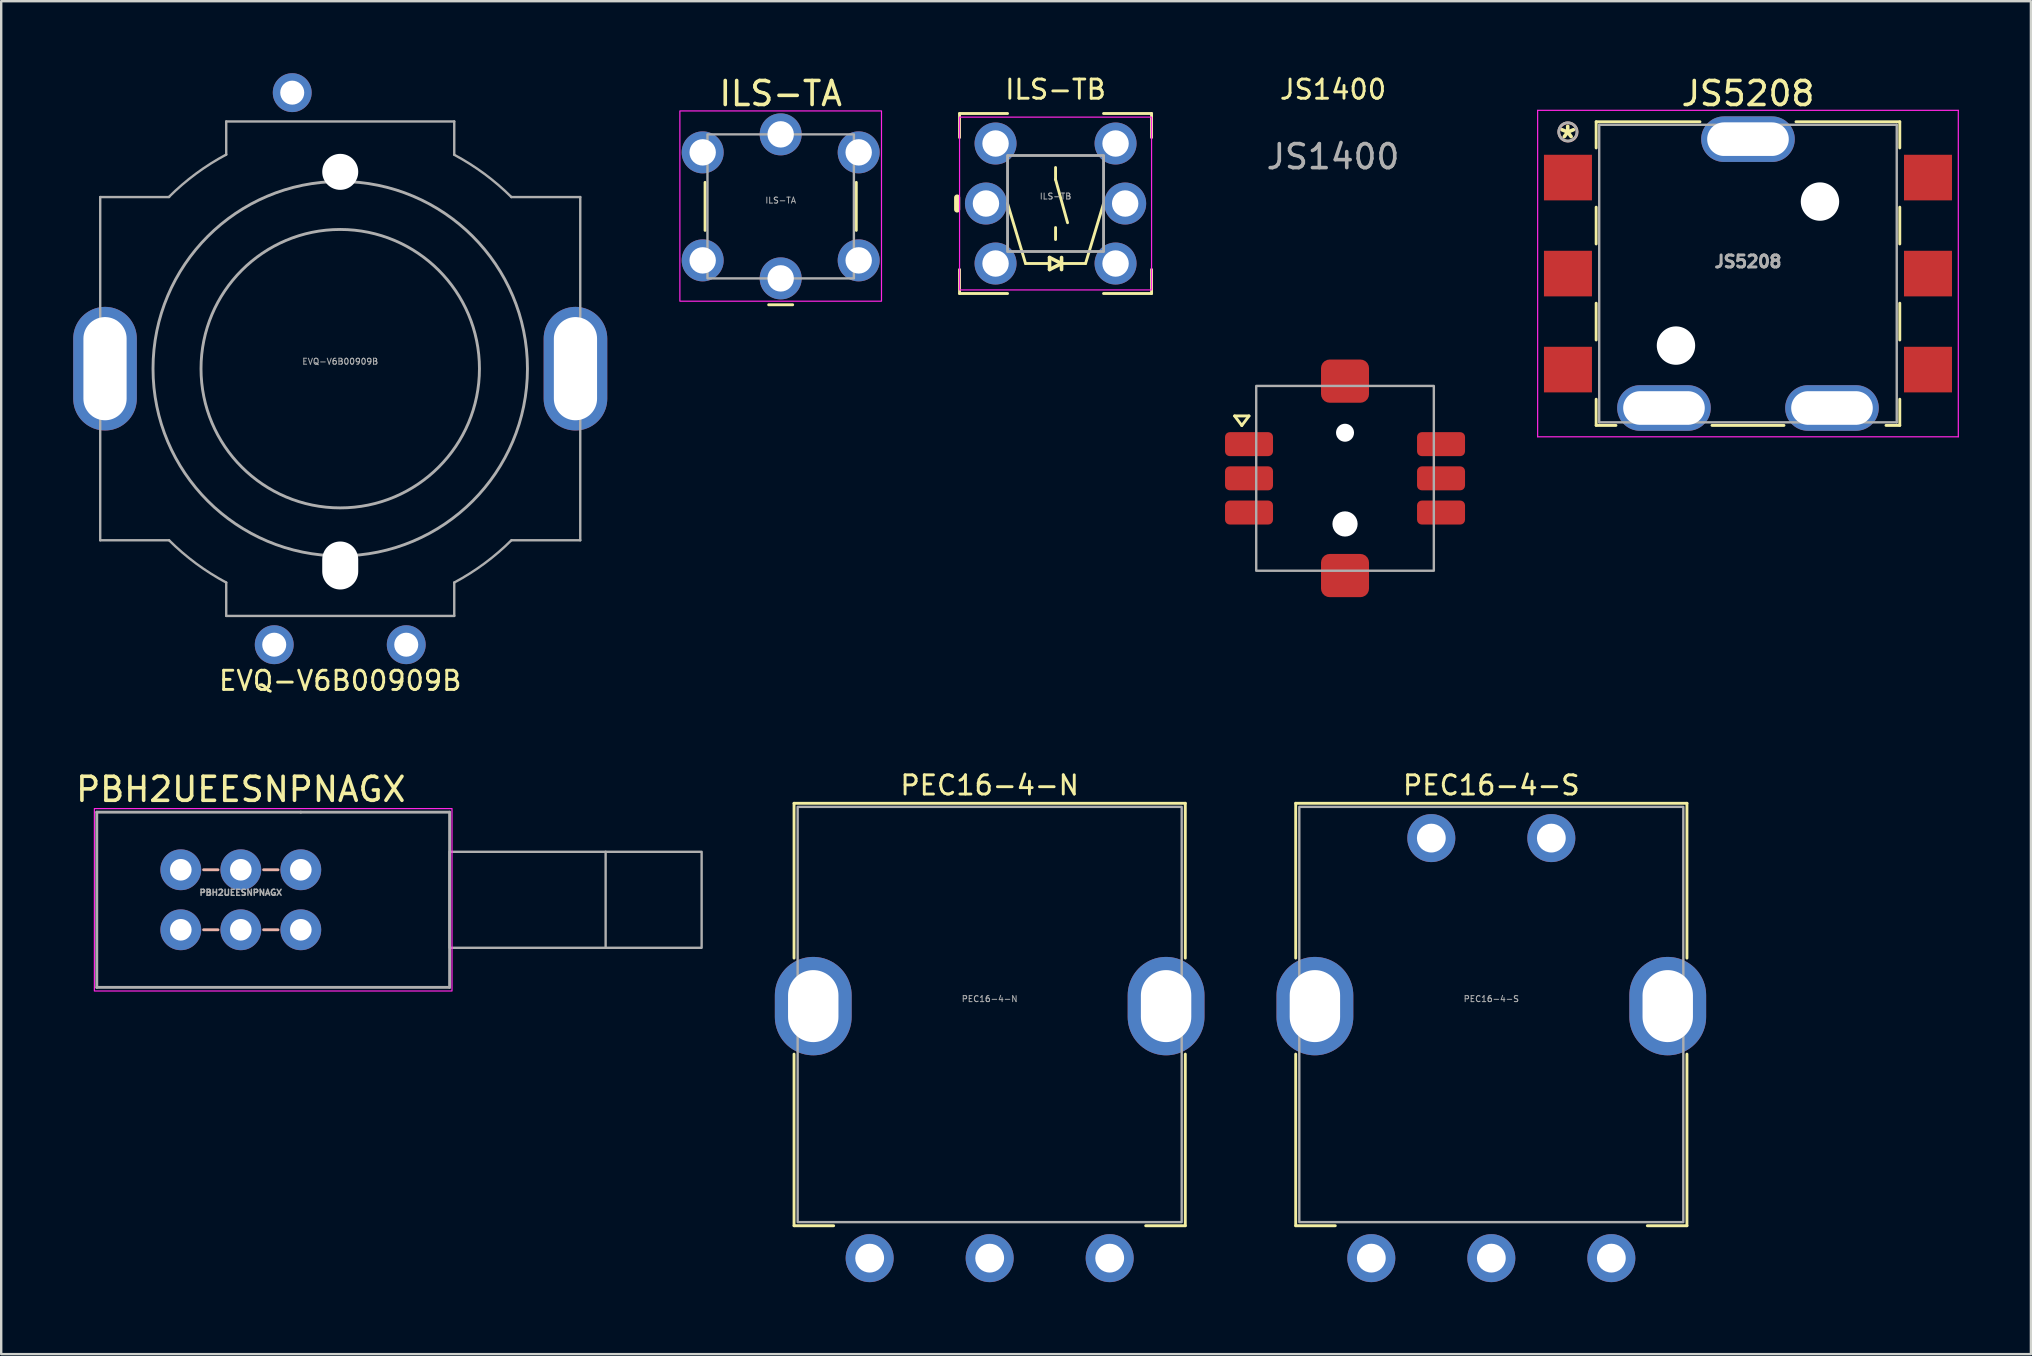
<source format=kicad_pcb>
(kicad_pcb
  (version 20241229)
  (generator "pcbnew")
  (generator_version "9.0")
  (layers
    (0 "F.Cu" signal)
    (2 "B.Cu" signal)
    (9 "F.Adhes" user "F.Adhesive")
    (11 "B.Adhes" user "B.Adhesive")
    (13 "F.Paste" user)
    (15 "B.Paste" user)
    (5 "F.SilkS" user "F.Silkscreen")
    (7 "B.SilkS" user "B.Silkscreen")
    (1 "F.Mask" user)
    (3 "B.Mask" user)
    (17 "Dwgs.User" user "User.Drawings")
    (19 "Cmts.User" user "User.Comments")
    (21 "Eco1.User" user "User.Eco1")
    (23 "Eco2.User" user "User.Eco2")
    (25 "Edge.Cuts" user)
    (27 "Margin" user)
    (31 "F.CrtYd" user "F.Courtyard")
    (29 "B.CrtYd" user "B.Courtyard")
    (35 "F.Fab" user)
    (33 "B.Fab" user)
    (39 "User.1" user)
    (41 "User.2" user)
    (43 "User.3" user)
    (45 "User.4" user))
  (footprint "PEC16-4-N"
    (layer "F.Cu")
    (at 38.182 38.867)
    (property "Reference" "PEC16-4-N" (at 0 -9.2 0) (unlocked yes) (layer "F.SilkS") (effects (font (size 0.8 0.8) (thickness 0.12))))
    (attr through_hole)
    (fp_line (start -8.15 -8.45) (end 8.15 -8.45) (stroke (width 0.12) (type default)) (layer "F.SilkS"))
    (fp_line (start -8.15 -2) (end -8.15 -8.45) (stroke (width 0.12) (type default)) (layer "F.SilkS"))
    (fp_line (start -8.15 2) (end -8.15 9.15) (stroke (width 0.12) (type default)) (layer "F.SilkS"))
    (fp_line (start -8.15 9.15) (end -6.5 9.15) (stroke (width 0.12) (type default)) (layer "F.SilkS"))
    (fp_line (start 8.15 -2) (end 8.15 -8.45) (stroke (width 0.12) (type default)) (layer "F.SilkS"))
    (fp_line (start 8.15 2) (end 8.15 9.15) (stroke (width 0.12) (type default)) (layer "F.SilkS"))
    (fp_line (start 8.15 9.15) (end 6.5 9.15) (stroke (width 0.12) (type default)) (layer "F.SilkS"))
    (fp_rect (start -8 -8.3) (end 8 9) (stroke (width 0.1) (type default)) (fill no) (layer "F.Fab"))
    (fp_text user "${REFERENCE}" (at 0 -0.3 0) (unlocked yes) (layer "F.Fab") (effects (font (size 0.25 0.25) (thickness 0.04))))
    (pad "A" thru_hole circle (at -5 10.5) (size 2 2) (drill 1.2) (layers "*.Cu" "*.Mask"))
    (pad "B" thru_hole circle (at 0 10.5) (size 2 2) (drill 1.2) (layers "*.Cu" "*.Mask"))
    (pad "C" thru_hole circle (at 5 10.5) (size 2 2) (drill 1.2) (layers "*.Cu" "*.Mask"))
    (pad "MP" thru_hole oval (at -7.35 0) (size 3.2 4.1) (drill oval 2.1 3) (layers "*.Cu" "*.Mask"))
    (pad "MP" thru_hole oval (at 7.35 0) (size 3.2 4.1) (drill oval 2.1 3) (layers "*.Cu" "*.Mask")))
  (footprint "PBH2UEESNPNAGX"
    (layer "F.Cu")
    (at 6.982 34.437)
    (property "Reference" "PBH2UEESNPNAGX" (at 0 -4.6 0) (unlocked yes) (layer "F.SilkS") (effects (font (size 1 1) (thickness 0.15))))
    (attr through_hole)
    (fp_line (start -1.55 -1.25) (end -0.95 -1.25) (stroke (width 0.12) (type solid)) (layer "B.SilkS"))
    (fp_line (start -1.55 1.25) (end -0.95 1.25) (stroke (width 0.12) (type solid)) (layer "B.SilkS"))
    (fp_line (start 0.95 -1.25) (end 1.55 -1.25) (stroke (width 0.12) (type solid)) (layer "B.SilkS"))
    (fp_line (start 0.95 1.25) (end 1.55 1.25) (stroke (width 0.12) (type solid)) (layer "B.SilkS"))
    (fp_rect (start -6.1 -3.8) (end 8.8 3.8) (stroke (width 0.05) (type solid)) (fill no) (layer "F.CrtYd"))
    (fp_line (start -6 -3.65) (end 2.5 -3.65) (stroke (width 0.12) (type solid)) (layer "F.Fab"))
    (fp_line (start -6 3.65) (end -6 -3.65) (stroke (width 0.12) (type solid)) (layer "F.Fab"))
    (fp_line (start 2.5 -3.65) (end 8.7 -3.65) (stroke (width 0.12) (type solid)) (layer "F.Fab"))
    (fp_line (start 8.7 -3.65) (end 8.7 3.65) (stroke (width 0.12) (type solid)) (layer "F.Fab"))
    (fp_line (start 8.7 3.65) (end -6 3.65) (stroke (width 0.12) (type solid)) (layer "F.Fab"))
    (fp_line (start 15.2 -2) (end 15.2 2) (stroke (width 0.1) (type solid)) (layer "F.Fab"))
    (fp_rect (start 8.7 -2) (end 19.2 2) (stroke (width 0.1) (type solid)) (fill no) (layer "F.Fab"))
    (fp_text user "${REFERENCE}" (at 0 -0.3 0) (unlocked yes) (layer "F.Fab") (effects (font (size 0.25 0.25) (thickness 0.062))))
    (pad "1" thru_hole circle (at -2.5 -1.25) (size 1.7 1.7) (drill 0.9) (layers "*.Cu" "*.Mask"))
    (pad "2" thru_hole circle (at 0 -1.25) (size 1.7 1.7) (drill 0.9) (layers "*.Cu" "*.Mask"))
    (pad "3" thru_hole circle (at 2.5 -1.25) (size 1.7 1.7) (drill 0.9) (layers "*.Cu" "*.Mask"))
    (pad "4" thru_hole circle (at -2.5 1.25) (size 1.7 1.7) (drill 0.9) (layers "*.Cu" "*.Mask"))
    (pad "5" thru_hole circle (at 0 1.25) (size 1.7 1.7) (drill 0.9) (layers "*.Cu" "*.Mask"))
    (pad "6" thru_hole circle (at 2.5 1.25) (size 1.7 1.7) (drill 0.9) (layers "*.Cu" "*.Mask")))
  (footprint "ILS-TA"
    (layer "F.Cu")
    (at 29.475 5.548)
    (property "Reference" "ILS-TA" (at 0 -4.7 0) (unlocked yes) (layer "F.SilkS") (effects (font (size 1 1) (thickness 0.15))))
    (attr through_hole)
    (fp_line (start -3.15 -1) (end -3.15 1) (stroke (width 0.12) (type default)) (layer "F.SilkS"))
    (fp_line (start -0.5 4.1) (end 0.5 4.1) (stroke (width 0.12) (type default)) (layer "F.SilkS"))
    (fp_line (start 3.15 -1) (end 3.15 1) (stroke (width 0.12) (type default)) (layer "F.SilkS"))
    (fp_rect (start -4.2 -3.975) (end 4.2 3.95) (stroke (width 0.05) (type default)) (fill no) (layer "F.CrtYd"))
    (fp_rect (start -3.05 -3) (end 3.05 3) (stroke (width 0.1) (type default)) (fill no) (layer "F.Fab"))
    (fp_text user "${REFERENCE}" (at 0 -0.25 0) (unlocked yes) (layer "F.Fab") (effects (font (size 0.25 0.25) (thickness 0.04))))
    (pad "1" thru_hole circle (at -3.25 -2.25) (size 1.75 1.75) (drill 1.1) (layers "*.Cu" "*.Mask"))
    (pad "2" thru_hole circle (at 3.25 -2.25) (size 1.75 1.75) (drill 1.1) (layers "*.Cu" "*.Mask"))
    (pad "3" thru_hole circle (at -3.25 2.25) (size 1.75 1.75) (drill 1.1) (layers "*.Cu" "*.Mask"))
    (pad "4" thru_hole circle (at 3.25 2.25) (size 1.75 1.75) (drill 1.1) (layers "*.Cu" "*.Mask"))
    (pad "5" thru_hole circle (at 0 3) (size 1.75 1.75) (drill 1.1) (layers "*.Cu" "*.Mask"))
    (pad "6" thru_hole circle (at 0 -3) (size 1.75 1.75) (drill 1.1) (layers "*.Cu" "*.Mask")))
  (footprint "PEC16-4-S"
    (layer "F.Cu")
    (at 59.082 38.867)
    (property "Reference" "PEC16-4-S" (at 0 -9.2 0) (unlocked yes) (layer "F.SilkS") (effects (font (size 0.8 0.8) (thickness 0.12))))
    (attr through_hole)
    (fp_line (start -8.15 -8.45) (end 8.15 -8.45) (stroke (width 0.12) (type default)) (layer "F.SilkS"))
    (fp_line (start -8.15 -2) (end -8.15 -8.45) (stroke (width 0.12) (type default)) (layer "F.SilkS"))
    (fp_line (start -8.15 2) (end -8.15 9.15) (stroke (width 0.12) (type default)) (layer "F.SilkS"))
    (fp_line (start -8.15 9.15) (end -6.5 9.15) (stroke (width 0.12) (type default)) (layer "F.SilkS"))
    (fp_line (start 8.15 -2) (end 8.15 -8.45) (stroke (width 0.12) (type default)) (layer "F.SilkS"))
    (fp_line (start 8.15 2) (end 8.15 9.15) (stroke (width 0.12) (type default)) (layer "F.SilkS"))
    (fp_line (start 8.15 9.15) (end 6.5 9.15) (stroke (width 0.12) (type default)) (layer "F.SilkS"))
    (fp_rect (start -8 -8.3) (end 8 9) (stroke (width 0.1) (type default)) (fill no) (layer "F.Fab"))
    (fp_text user "${REFERENCE}" (at 0 -0.3 0) (unlocked yes) (layer "F.Fab") (effects (font (size 0.25 0.25) (thickness 0.04))))
    (pad "A" thru_hole circle (at -5 10.5) (size 2 2) (drill 1.2) (layers "*.Cu" "*.Mask"))
    (pad "B" thru_hole circle (at 0 10.5) (size 2 2) (drill 1.2) (layers "*.Cu" "*.Mask"))
    (pad "C" thru_hole circle (at 5 10.5) (size 2 2) (drill 1.2) (layers "*.Cu" "*.Mask"))
    (pad "MP" thru_hole oval (at -7.35 0) (size 3.2 4.1) (drill oval 2.1 3) (layers "*.Cu" "*.Mask"))
    (pad "MP" thru_hole oval (at 7.35 0) (size 3.2 4.1) (drill oval 2.1 3) (layers "*.Cu" "*.Mask"))
    (pad "S1" thru_hole circle (at -2.5 -7) (size 2 2) (drill 1.2) (layers "*.Cu" "*.Mask"))
    (pad "S2" thru_hole circle (at 2.5 -7) (size 2 2) (drill 1.2) (layers "*.Cu" "*.Mask")))
  (footprint "JS5208"
    (layer "F.Cu")
    (at 69.775 8.348)
    (property "Reference" "JS5208" (at 0 -7.5 0) (layer "F.SilkS") (effects (font (size 1 1) (thickness 0.15))))
    (attr through_hole)
    (fp_line (start -6.325 -6.325) (end -6.325 -5.234) (stroke (width 0.12) (type solid)) (layer "F.SilkS"))
    (fp_line (start -6.325 -2.767) (end -6.325 -1.234) (stroke (width 0.12) (type solid)) (layer "F.SilkS"))
    (fp_line (start -6.325 1.234) (end -6.325 2.767) (stroke (width 0.12) (type solid)) (layer "F.SilkS"))
    (fp_line (start -6.325 5.234) (end -6.325 6.325) (stroke (width 0.12) (type solid)) (layer "F.SilkS"))
    (fp_line (start -6.325 6.325) (end -5.5 6.325) (stroke (width 0.12) (type solid)) (layer "F.SilkS"))
    (fp_line (start -2 -6.325) (end -6.325 -6.325) (stroke (width 0.12) (type solid)) (layer "F.SilkS"))
    (fp_line (start -1.5 6.325) (end 1.5 6.325) (stroke (width 0.12) (type solid)) (layer "F.SilkS"))
    (fp_line (start 5.75 6.325) (end 6.325 6.325) (stroke (width 0.12) (type solid)) (layer "F.SilkS"))
    (fp_line (start 6.325 -6.325) (end 2 -6.325) (stroke (width 0.12) (type solid)) (layer "F.SilkS"))
    (fp_line (start 6.325 -5.234) (end 6.325 -6.325) (stroke (width 0.12) (type solid)) (layer "F.SilkS"))
    (fp_line (start 6.325 -1.234) (end 6.325 -2.767) (stroke (width 0.12) (type solid)) (layer "F.SilkS"))
    (fp_line (start 6.325 2.767) (end 6.325 1.234) (stroke (width 0.12) (type solid)) (layer "F.SilkS"))
    (fp_line (start 6.325 6.325) (end 6.325 5.234) (stroke (width 0.12) (type solid)) (layer "F.SilkS"))
    (fp_circle (center -7.5 -5.9) (end -7.119 -5.9) (stroke (width 0.12) (type solid)) (fill no) (layer "B.SilkS"))
    (fp_line (start -8.763 -6.8) (end -8.763 6.8) (stroke (width 0.05) (type solid)) (layer "F.CrtYd"))
    (fp_line (start -8.763 6.8) (end 8.763 6.8) (stroke (width 0.05) (type solid)) (layer "F.CrtYd"))
    (fp_line (start 8.763 -6.8) (end -8.763 -6.8) (stroke (width 0.05) (type solid)) (layer "F.CrtYd"))
    (fp_line (start 8.763 6.8) (end 8.763 -6.8) (stroke (width 0.05) (type solid)) (layer "F.CrtYd"))
    (fp_line (start -6.198 -6.198) (end -6.198 6.198) (stroke (width 0.1) (type solid)) (layer "F.Fab"))
    (fp_line (start -6.198 6.198) (end 6.198 6.198) (stroke (width 0.1) (type solid)) (layer "F.Fab"))
    (fp_line (start 6.198 -6.198) (end -6.198 -6.198) (stroke (width 0.1) (type solid)) (layer "F.Fab"))
    (fp_line (start 6.198 6.198) (end 6.198 -6.198) (stroke (width 0.1) (type solid)) (layer "F.Fab"))
    (fp_circle (center -7.506 -5.905) (end -7.125 -5.905) (stroke (width 0.1) (type solid)) (fill no) (layer "F.Fab"))
    (fp_text user "*" (at -7.51 -5.59 0) (layer "F.SilkS") (effects (font (size 1 1) (thickness 0.15))))
    (fp_text user "${REFERENCE}" (at 0 -0.5 0) (layer "F.Fab") (effects (font (size 0.5 0.5) (thickness 0.125))))
    (pad "" np_thru_hole circle (at -3 3) (size 1.6 1.6) (drill 1.6) (layers "*.Cu" "*.Mask"))
    (pad "" np_thru_hole circle (at 3 -3) (size 1.6 1.6) (drill 1.6) (layers "*.Cu" "*.Mask"))
    (pad "1" smd rect (at -7.5 -4) (size 2 1.9) (layers "F.Cu" "F.Mask" "F.Paste"))
    (pad "2" smd rect (at -7.5 0) (size 2 1.9) (layers "F.Cu" "F.Mask" "F.Paste"))
    (pad "3" smd rect (at -7.5 4) (size 2 1.9) (layers "F.Cu" "F.Mask" "F.Paste"))
    (pad "4" smd rect (at 7.5 -4) (size 2 1.9) (layers "F.Cu" "F.Mask" "F.Paste"))
    (pad "5" smd rect (at 7.5 0) (size 2 1.9) (layers "F.Cu" "F.Mask" "F.Paste"))
    (pad "6" smd rect (at 7.5 4) (size 2 1.9) (layers "F.Cu" "F.Mask" "F.Paste"))
    (pad "7" thru_hole oval (at -3.5 5.6) (size 3.9 1.9) (drill oval 3.4 1.4) (layers "*.Cu" "*.Mask"))
    (pad "8" thru_hole oval (at 3.5 5.6) (size 3.9 1.9) (drill oval 3.4 1.4) (layers "*.Cu" "*.Mask"))
    (pad "9" thru_hole oval (at 0 -5.6) (size 3.9 1.9) (drill oval 3.4 1.4) (layers "*.Cu" "*.Mask")))
  (footprint "EVQ-V6B00909B"
    (layer "F.Cu")
    (at 11.125 12.31)
    (property "Reference" "EVQ-V6B00909B" (at 0 13 0) (unlocked yes) (layer "F.SilkS") (effects (font (size 0.8 0.8) (thickness 0.12))))
    (attr through_hole)
    (fp_line (start -10 -7.15) (end -10 7.15) (stroke (width 0.1) (type default)) (layer "F.Fab"))
    (fp_line (start -10 -7.15) (end -7.13 -7.15) (stroke (width 0.1) (type default)) (layer "F.Fab"))
    (fp_line (start -10 7.15) (end -7.13 7.15) (stroke (width 0.1) (type default)) (layer "F.Fab"))
    (fp_line (start -4.75 -10.3) (end -4.75 -8.92) (stroke (width 0.1) (type default)) (layer "F.Fab"))
    (fp_line (start -4.75 -10.3) (end 4.75 -10.3) (stroke (width 0.1) (type default)) (layer "F.Fab"))
    (fp_line (start -4.75 10.3) (end -4.75 8.91) (stroke (width 0.1) (type default)) (layer "F.Fab"))
    (fp_line (start 4.75 -10.3) (end 4.75 -8.92) (stroke (width 0.1) (type default)) (layer "F.Fab"))
    (fp_line (start 4.75 10.3) (end -4.75 10.3) (stroke (width 0.1) (type default)) (layer "F.Fab"))
    (fp_line (start 4.75 10.3) (end 4.75 8.91) (stroke (width 0.1) (type default)) (layer "F.Fab"))
    (fp_line (start 10 -7.15) (end 7.13 -7.15) (stroke (width 0.1) (type default)) (layer "F.Fab"))
    (fp_line (start 10 -7.15) (end 10 7.15) (stroke (width 0.1) (type default)) (layer "F.Fab"))
    (fp_line (start 10 7.15) (end 7.14 7.15) (stroke (width 0.1) (type default)) (layer "F.Fab"))
    (fp_arc (start -7.135924 -7.15594) (mid -6.008059 -8.126015) (end -4.75 -8.92) (stroke (width 0.1) (type default)) (layer "F.Fab"))
    (fp_arc (start -4.750205 8.910384) (mid -6.004961 8.117871) (end -7.129999 7.149999) (stroke (width 0.1) (type default)) (layer "F.Fab"))
    (fp_arc (start 4.746056 -8.912594) (mid 6.003071 -8.119269) (end 7.129999 -7.149999) (stroke (width 0.1) (type default)) (layer "F.Fab"))
    (fp_arc (start 7.136471 7.143383) (mid 6.008479 8.114827) (end 4.75 8.91) (stroke (width 0.1) (type default)) (layer "F.Fab"))
    (fp_circle (center 0 0) (end 5.8 0) (stroke (width 0.12) (type default)) (fill no) (layer "F.Fab"))
    (fp_circle (center 0 0) (end 7.8 0) (stroke (width 0.12) (type default)) (fill no) (layer "F.Fab"))
    (fp_text user "${REFERENCE}" (at 0 -0.3 0) (unlocked yes) (layer "F.Fab") (effects (font (size 0.25 0.25) (thickness 0.04))))
    (pad "" np_thru_hole circle (at 0 -8.2) (size 1.5 1.5) (drill 1.5) (layers "*.Cu" "*.Mask"))
    (pad "" np_thru_hole oval (at 0 8.2) (size 1.5 2) (drill oval 1.5 2) (layers "*.Cu" "*.Mask"))
    (pad "A" thru_hole circle (at -2.75 11.5) (size 1.62 1.62) (drill 1) (layers "*.Cu" "*.Mask"))
    (pad "B" thru_hole circle (at 2.75 11.5) (size 1.62 1.62) (drill 1) (layers "*.Cu" "*.Mask"))
    (pad "C" thru_hole circle (at -2 -11.5) (size 1.62 1.62) (drill 1) (layers "*.Cu" "*.Mask"))
    (pad "MP" thru_hole oval (at -9.8 0) (size 2.65 5.15) (drill oval 1.8 4.3) (layers "*.Cu" "*.Mask"))
    (pad "MP" thru_hole oval (at 9.8 0) (size 2.65 5.15) (drill oval 1.8 4.3) (layers "*.Cu" "*.Mask")))
  (footprint "JS1400"
    (layer "F.Cu")
    (at 52.987 16.879)
    (property "Reference" "JS1400" (at -0.5 -16.2 0) (unlocked yes) (layer "F.SilkS") (effects (font (size 0.8 0.8) (thickness 0.12))))
    (attr smd)
    (fp_line (start -4.6 -2.6) (end -4 -2.6) (stroke (width 0.12) (type default)) (layer "F.SilkS"))
    (fp_line (start -4.3 -2.2) (end -4.6 -2.6) (stroke (width 0.12) (type default)) (layer "F.SilkS"))
    (fp_line (start -4 -2.6) (end -4.3 -2.2) (stroke (width 0.12) (type default)) (layer "F.SilkS"))
    (fp_rect (start -3.7 -3.85) (end 3.7 3.85) (stroke (width 0.1) (type default)) (fill no) (layer "F.Fab"))
    (fp_text user "${REFERENCE}" (at -0.5 -13.4 0) (unlocked yes) (layer "F.Fab") (effects (font (size 1 1) (thickness 0.15))))
    (pad "" np_thru_hole circle (at 0 -1.9) (size 0.75 0.75) (drill 0.75) (layers "*.Cu" "*.Mask"))
    (pad "" np_thru_hole circle (at 0 1.9) (size 1.05 1.05) (drill 1.05) (layers "*.Cu" "*.Mask"))
    (pad "1" smd roundrect (at -4 -1.425) (size 2 1) (layers "F.Cu" "F.Mask" "F.Paste") (roundrect_rratio 0.2))
    (pad "2" smd roundrect (at -4 0) (size 2 1) (layers "F.Cu" "F.Mask" "F.Paste") (roundrect_rratio 0.2))
    (pad "3" smd roundrect (at -4 1.425) (size 2 1) (layers "F.Cu" "F.Mask" "F.Paste") (roundrect_rratio 0.2))
    (pad "4" smd roundrect (at 4 -1.425) (size 2 1) (layers "F.Cu" "F.Mask" "F.Paste") (roundrect_rratio 0.2))
    (pad "5" smd roundrect (at 4 0) (size 2 1) (layers "F.Cu" "F.Mask" "F.Paste") (roundrect_rratio 0.2))
    (pad "6" smd roundrect (at 4 1.425) (size 2 1) (layers "F.Cu" "F.Mask" "F.Paste") (roundrect_rratio 0.2))
    (pad "SH" smd roundrect (at 0 -4.05) (size 2 1.8) (layers "F.Cu" "F.Mask" "F.Paste") (roundrect_rratio 0.2))
    (pad "SH" smd roundrect (at 0 4.05) (size 2 1.8) (layers "F.Cu" "F.Mask" "F.Paste") (roundrect_rratio 0.2)))
  (footprint "ILS-TB"
    (layer "F.Cu")
    (at 40.927 5.429)
    (property "Reference" "ILS-TB" (at 0 -4.75 0) (unlocked yes) (layer "F.SilkS") (effects (font (size 0.8 0.8) (thickness 0.12))))
    (attr through_hole)
    (fp_line (start -4.1 -0.25) (end -4.1 0.25) (stroke (width 0.254) (type solid)) (layer "F.SilkS"))
    (fp_line (start -4 -3.75) (end -2 -3.75) (stroke (width 0.12) (type solid)) (layer "F.SilkS"))
    (fp_line (start -4 -2.75) (end -4 -3.75) (stroke (width 0.12) (type solid)) (layer "F.SilkS"))
    (fp_line (start -4 3.75) (end -4 2.75) (stroke (width 0.12) (type solid)) (layer "F.SilkS"))
    (fp_line (start -2 3.75) (end -4 3.75) (stroke (width 0.12) (type solid)) (layer "F.SilkS"))
    (fp_line (start -1.25 2.5) (end -2 0) (stroke (width 0.12) (type solid)) (layer "F.SilkS"))
    (fp_line (start -0.25 2.25) (end -0.25 2.75) (stroke (width 0.15) (type solid)) (layer "F.SilkS"))
    (fp_line (start -0.25 2.5) (end -1.25 2.5) (stroke (width 0.12) (type solid)) (layer "F.SilkS"))
    (fp_line (start -0.25 2.75) (end 0.25 2.5) (stroke (width 0.15) (type solid)) (layer "F.SilkS"))
    (fp_line (start 0 -1.5) (end 0 -1) (stroke (width 0.12) (type solid)) (layer "F.SilkS"))
    (fp_line (start 0 -1) (end 0.5 0.8) (stroke (width 0.12) (type solid)) (layer "F.SilkS"))
    (fp_line (start 0 1) (end 0 1.5) (stroke (width 0.12) (type solid)) (layer "F.SilkS"))
    (fp_line (start 0.25 2.25) (end 0.25 2.75) (stroke (width 0.15) (type solid)) (layer "F.SilkS"))
    (fp_line (start 0.25 2.5) (end -0.25 2.25) (stroke (width 0.15) (type solid)) (layer "F.SilkS"))
    (fp_line (start 0.25 2.5) (end 1.25 2.5) (stroke (width 0.12) (type solid)) (layer "F.SilkS"))
    (fp_line (start 1.25 2.5) (end 2 0) (stroke (width 0.12) (type solid)) (layer "F.SilkS"))
    (fp_line (start 2 -3.75) (end 4 -3.75) (stroke (width 0.12) (type solid)) (layer "F.SilkS"))
    (fp_line (start 4 -3.75) (end 4 -2.75) (stroke (width 0.12) (type solid)) (layer "F.SilkS"))
    (fp_line (start 4 2.75) (end 4 3.75) (stroke (width 0.12) (type solid)) (layer "F.SilkS"))
    (fp_line (start 4 3.75) (end 2 3.75) (stroke (width 0.12) (type solid)) (layer "F.SilkS"))
    (fp_rect (start -4 -3.6) (end 4 3.6) (stroke (width 0.05) (type solid)) (fill no) (layer "F.CrtYd"))
    (fp_rect (start -2 -2) (end 2 2) (stroke (width 0.12) (type solid)) (fill no) (layer "F.Fab"))
    (fp_text user "${REFERENCE}" (at 0 -0.3 0) (unlocked yes) (layer "F.Fab") (effects (font (size 0.25 0.25) (thickness 0.04))))
    (pad "1" thru_hole circle (at -2.5 -2.5) (size 1.75 1.75) (drill 1.1) (layers "*.Cu" "*.Mask"))
    (pad "2" thru_hole circle (at 2.5 -2.5) (size 1.75 1.75) (drill 1.1) (layers "*.Cu" "*.Mask"))
    (pad "3" thru_hole circle (at -2.5 2.5) (size 1.75 1.75) (drill 1.1) (layers "*.Cu" "*.Mask"))
    (pad "4" thru_hole circle (at 2.5 2.5) (size 1.75 1.75) (drill 1.1) (layers "*.Cu" "*.Mask"))
    (pad "5" thru_hole circle (at -2.9 0) (size 1.75 1.75) (drill 1.1) (layers "*.Cu" "*.Mask"))
    (pad "6" thru_hole circle (at 2.9 0) (size 1.75 1.75) (drill 1.1) (layers "*.Cu" "*.Mask")))
  (gr_rect
    (start -3 -3)
    (end 81.563 53.367)
    (stroke (width 0.1) (type default))
    (fill no)
    (layer "Edge.Cuts")))
</source>
